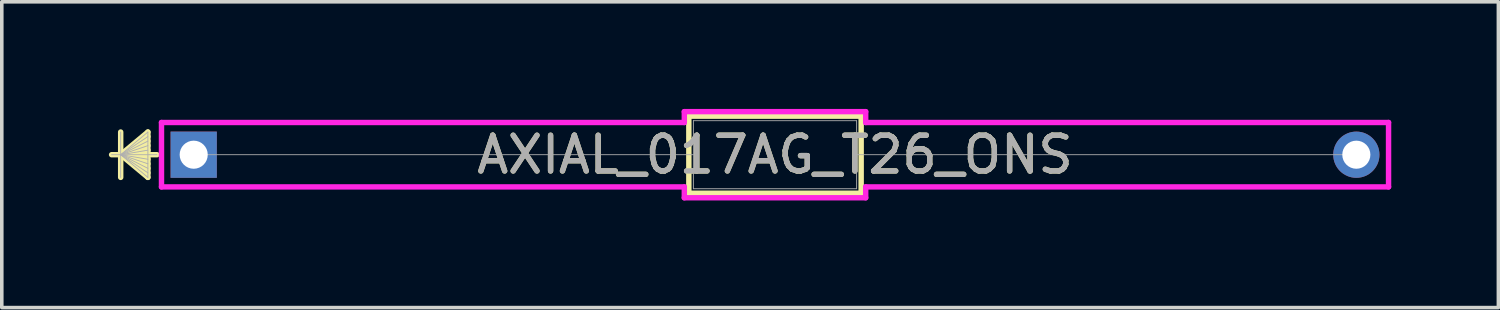
<source format=kicad_pcb>
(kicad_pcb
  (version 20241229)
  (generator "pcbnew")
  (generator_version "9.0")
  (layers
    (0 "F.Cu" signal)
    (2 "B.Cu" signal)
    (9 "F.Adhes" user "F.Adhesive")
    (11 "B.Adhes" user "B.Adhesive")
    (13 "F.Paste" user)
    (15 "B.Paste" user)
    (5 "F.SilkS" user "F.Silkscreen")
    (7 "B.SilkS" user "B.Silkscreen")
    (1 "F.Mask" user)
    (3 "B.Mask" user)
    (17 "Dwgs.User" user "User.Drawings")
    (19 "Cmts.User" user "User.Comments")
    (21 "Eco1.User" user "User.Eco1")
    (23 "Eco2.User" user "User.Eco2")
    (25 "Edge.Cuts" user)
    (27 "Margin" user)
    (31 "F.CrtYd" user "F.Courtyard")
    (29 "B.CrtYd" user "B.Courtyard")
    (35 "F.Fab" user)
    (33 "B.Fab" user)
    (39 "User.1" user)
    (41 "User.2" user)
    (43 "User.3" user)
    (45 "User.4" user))
  (footprint "AXIAL_017AG_T26_ONS"
    (layer "F.Cu")
    (at 2.375 1.283)
    (property "Reference" "AXIAL_017AG_T26_ONS" (at 16.281 0 0) (unlocked yes) (layer "F.SilkS") (effects (font (size 1 1) (thickness 0.15))))
    (attr through_hole)
    (fp_line (start -2.045 -0.635) (end -2.045 0.635) (stroke (width 0.152) (type solid)) (layer "F.SilkS"))
    (fp_line (start -2.045 0) (end -1.283 -0.635) (stroke (width 0.152) (type solid)) (layer "F.SilkS"))
    (fp_line (start -2.045 0) (end -1.283 -0.508) (stroke (width 0.152) (type solid)) (layer "F.SilkS"))
    (fp_line (start -2.045 0) (end -1.283 -0.381) (stroke (width 0.152) (type solid)) (layer "F.SilkS"))
    (fp_line (start -2.045 0) (end -1.283 -0.254) (stroke (width 0.152) (type solid)) (layer "F.SilkS"))
    (fp_line (start -2.045 0) (end -1.283 -0.127) (stroke (width 0.152) (type solid)) (layer "F.SilkS"))
    (fp_line (start -2.045 0) (end -1.283 0.127) (stroke (width 0.152) (type solid)) (layer "F.SilkS"))
    (fp_line (start -2.045 0) (end -1.283 0.254) (stroke (width 0.152) (type solid)) (layer "F.SilkS"))
    (fp_line (start -2.045 0) (end -1.283 0.381) (stroke (width 0.152) (type solid)) (layer "F.SilkS"))
    (fp_line (start -2.045 0) (end -1.283 0.508) (stroke (width 0.152) (type solid)) (layer "F.SilkS"))
    (fp_line (start -2.045 0) (end -1.283 0.635) (stroke (width 0.152) (type solid)) (layer "F.SilkS"))
    (fp_line (start -1.283 -0.635) (end -1.283 0.635) (stroke (width 0.152) (type solid)) (layer "F.SilkS"))
    (fp_line (start -1.029 0) (end -2.299 0) (stroke (width 0.152) (type solid)) (layer "F.SilkS"))
    (fp_line (start 13.868 -1.079) (end 13.868 1.079) (stroke (width 0.152) (type solid)) (layer "F.SilkS"))
    (fp_line (start 13.868 1.079) (end 18.694 1.079) (stroke (width 0.152) (type solid)) (layer "F.SilkS"))
    (fp_line (start 18.694 -1.079) (end 13.868 -1.079) (stroke (width 0.152) (type solid)) (layer "F.SilkS"))
    (fp_line (start 18.694 1.079) (end 18.694 -1.079) (stroke (width 0.152) (type solid)) (layer "F.SilkS"))
    (fp_line (start -0.902 -0.902) (end 13.741 -0.902) (stroke (width 0.152) (type solid)) (layer "F.CrtYd"))
    (fp_line (start -0.902 0.902) (end -0.902 -0.902) (stroke (width 0.152) (type solid)) (layer "F.CrtYd"))
    (fp_line (start 13.741 -1.206) (end 18.821 -1.206) (stroke (width 0.152) (type solid)) (layer "F.CrtYd"))
    (fp_line (start 13.741 -0.902) (end 13.741 -1.206) (stroke (width 0.152) (type solid)) (layer "F.CrtYd"))
    (fp_line (start 13.741 0.902) (end -0.902 0.902) (stroke (width 0.152) (type solid)) (layer "F.CrtYd"))
    (fp_line (start 13.741 1.206) (end 13.741 0.902) (stroke (width 0.152) (type solid)) (layer "F.CrtYd"))
    (fp_line (start 18.821 -1.206) (end 18.821 -0.902) (stroke (width 0.152) (type solid)) (layer "F.CrtYd"))
    (fp_line (start 18.821 -0.902) (end 33.465 -0.902) (stroke (width 0.152) (type solid)) (layer "F.CrtYd"))
    (fp_line (start 18.821 0.902) (end 18.821 1.206) (stroke (width 0.152) (type solid)) (layer "F.CrtYd"))
    (fp_line (start 18.821 1.206) (end 13.741 1.206) (stroke (width 0.152) (type solid)) (layer "F.CrtYd"))
    (fp_line (start 33.465 -0.902) (end 33.465 0.902) (stroke (width 0.152) (type solid)) (layer "F.CrtYd"))
    (fp_line (start 33.465 0.902) (end 18.821 0.902) (stroke (width 0.152) (type solid)) (layer "F.CrtYd"))
    (fp_line (start -2.045 -0.635) (end -2.045 0.635) (stroke (width 0.025) (type solid)) (layer "F.Fab"))
    (fp_line (start -2.045 0) (end -1.283 -0.635) (stroke (width 0.025) (type solid)) (layer "F.Fab"))
    (fp_line (start -2.045 0) (end -1.283 -0.508) (stroke (width 0.025) (type solid)) (layer "F.Fab"))
    (fp_line (start -2.045 0) (end -1.283 -0.381) (stroke (width 0.025) (type solid)) (layer "F.Fab"))
    (fp_line (start -2.045 0) (end -1.283 -0.254) (stroke (width 0.025) (type solid)) (layer "F.Fab"))
    (fp_line (start -2.045 0) (end -1.283 -0.127) (stroke (width 0.025) (type solid)) (layer "F.Fab"))
    (fp_line (start -2.045 0) (end -1.283 0.127) (stroke (width 0.025) (type solid)) (layer "F.Fab"))
    (fp_line (start -2.045 0) (end -1.283 0.254) (stroke (width 0.025) (type solid)) (layer "F.Fab"))
    (fp_line (start -2.045 0) (end -1.283 0.381) (stroke (width 0.025) (type solid)) (layer "F.Fab"))
    (fp_line (start -2.045 0) (end -1.283 0.508) (stroke (width 0.025) (type solid)) (layer "F.Fab"))
    (fp_line (start -2.045 0) (end -1.283 0.635) (stroke (width 0.025) (type solid)) (layer "F.Fab"))
    (fp_line (start -1.283 -0.635) (end -1.283 0.635) (stroke (width 0.025) (type solid)) (layer "F.Fab"))
    (fp_line (start -1.029 0) (end -2.299 0) (stroke (width 0.025) (type solid)) (layer "F.Fab"))
    (fp_line (start 0 0) (end 13.995 0) (stroke (width 0.025) (type solid)) (layer "F.Fab"))
    (fp_line (start 13.995 -0.953) (end 13.995 0.953) (stroke (width 0.025) (type solid)) (layer "F.Fab"))
    (fp_line (start 13.995 0.953) (end 18.567 0.953) (stroke (width 0.025) (type solid)) (layer "F.Fab"))
    (fp_line (start 18.567 -0.953) (end 13.995 -0.953) (stroke (width 0.025) (type solid)) (layer "F.Fab"))
    (fp_line (start 18.567 0.953) (end 18.567 -0.953) (stroke (width 0.025) (type solid)) (layer "F.Fab"))
    (fp_line (start 32.563 0) (end 18.567 0) (stroke (width 0.025) (type solid)) (layer "F.Fab"))
    (fp_text user "${REFERENCE}" (at 16.281 0 0) (unlocked yes) (layer "F.Fab") (effects (font (size 1 1) (thickness 0.15))))
    (pad "1" thru_hole rect (at 0 0) (size 1.295 1.295) (drill 0.787) (layers "*.Cu" "*.Mask"))
    (pad "2" thru_hole circle (at 32.563 0) (size 1.295 1.295) (drill 0.787) (layers "*.Cu" "*.Mask")))
  (gr_rect
    (start -3 -3)
    (end 38.916 5.565)
    (stroke (width 0.1) (type default))
    (fill no)
    (layer "Edge.Cuts")))
</source>
